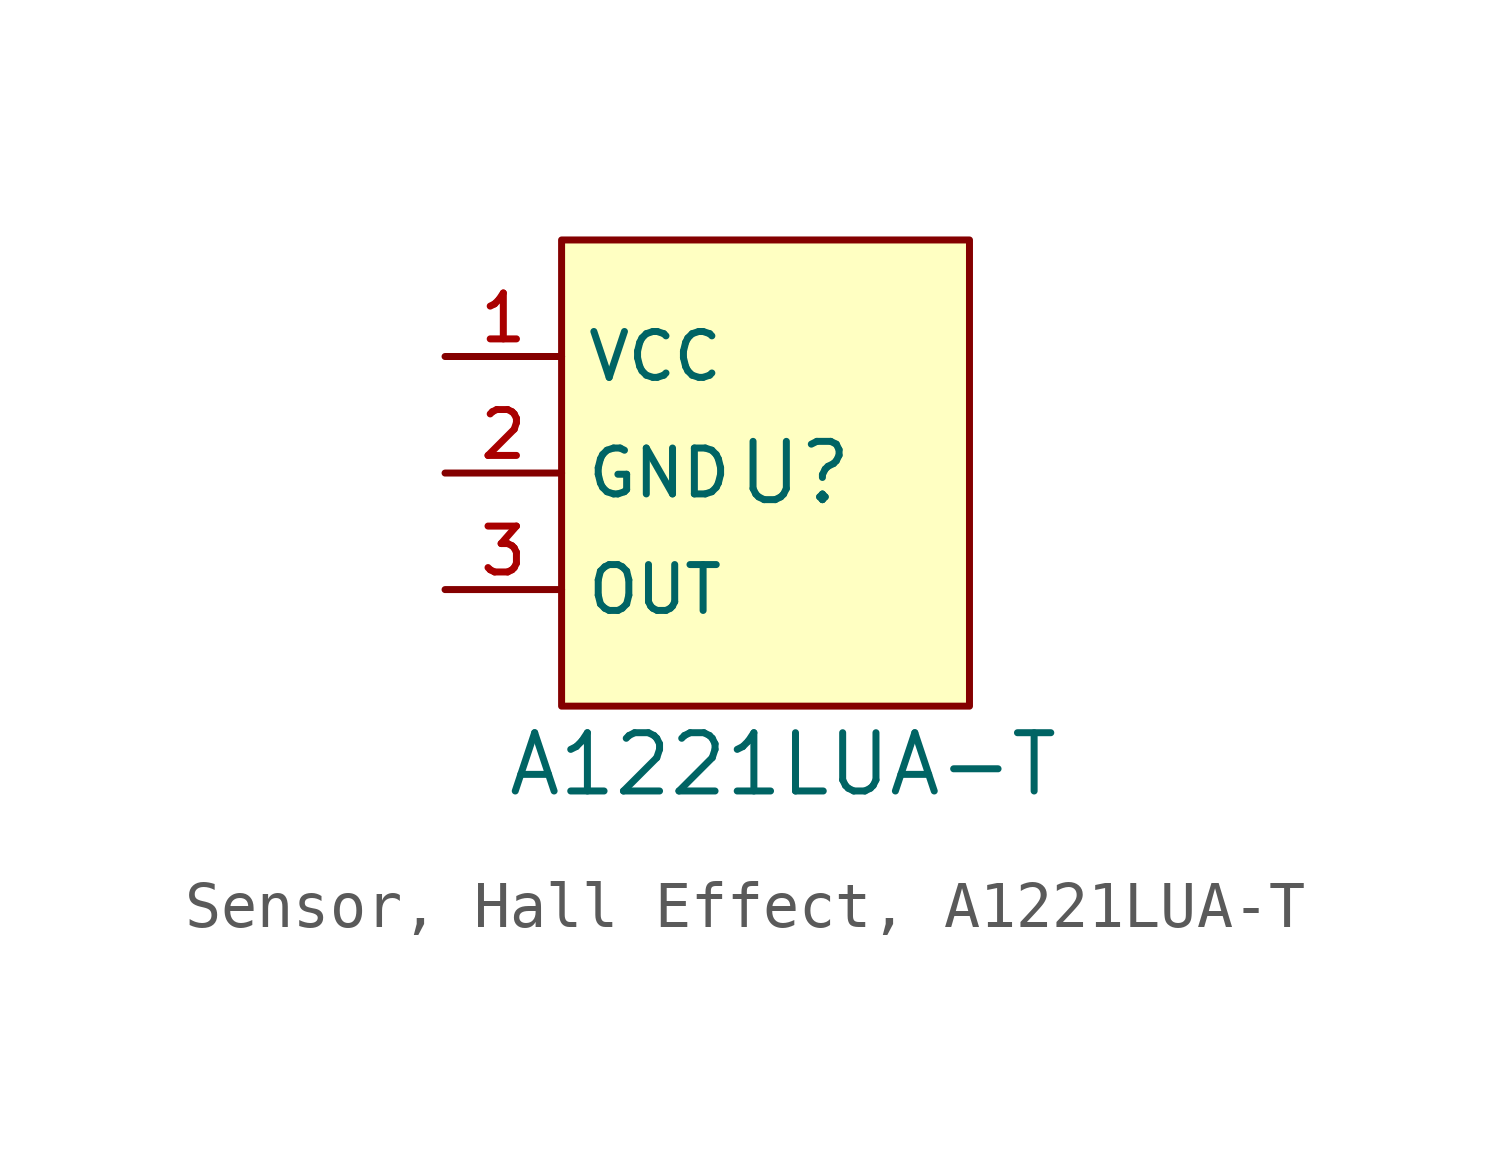
<source format=kicad_sym>
(kicad_symbol_lib
  (version 20231120)
  (generator "CDFER_Archive_Tool")
  (generator_version "0.0")
  (symbol "Sensor, Hall Effect, A1221LUA-T"
    (property "Reference" "U"
      (at 0 0 0)
      (effects (font (size 1.27 1.27))))
    (property "Value" "A1221LUA-T"
      (at -0.254 -6.35 0)
      (effects (font (size 1.27 1.27))))
    (symbol "Sensor, Hall Effect, A1221LUA-T_0_1"
      (rectangle (start -5.08 5.08) (end 3.81 -5.08) (stroke (width 0) (type default)) (fill (type background)))
      (pin unspecified line (at -7.62 2.54 0) (length 2.54) (name "VCC" (effects (font (size 1 1)))) (number "1" (effects (font (size 1 1)))))
      (pin unspecified line (at -7.62 0 0) (length 2.54) (name "GND" (effects (font (size 1 1)))) (number "2" (effects (font (size 1 1)))))
      (pin unspecified line (at -7.62 -2.54 0) (length 2.54) (name "OUT" (effects (font (size 1 1)))) (number "3" (effects (font (size 1 1))))))))
</source>
